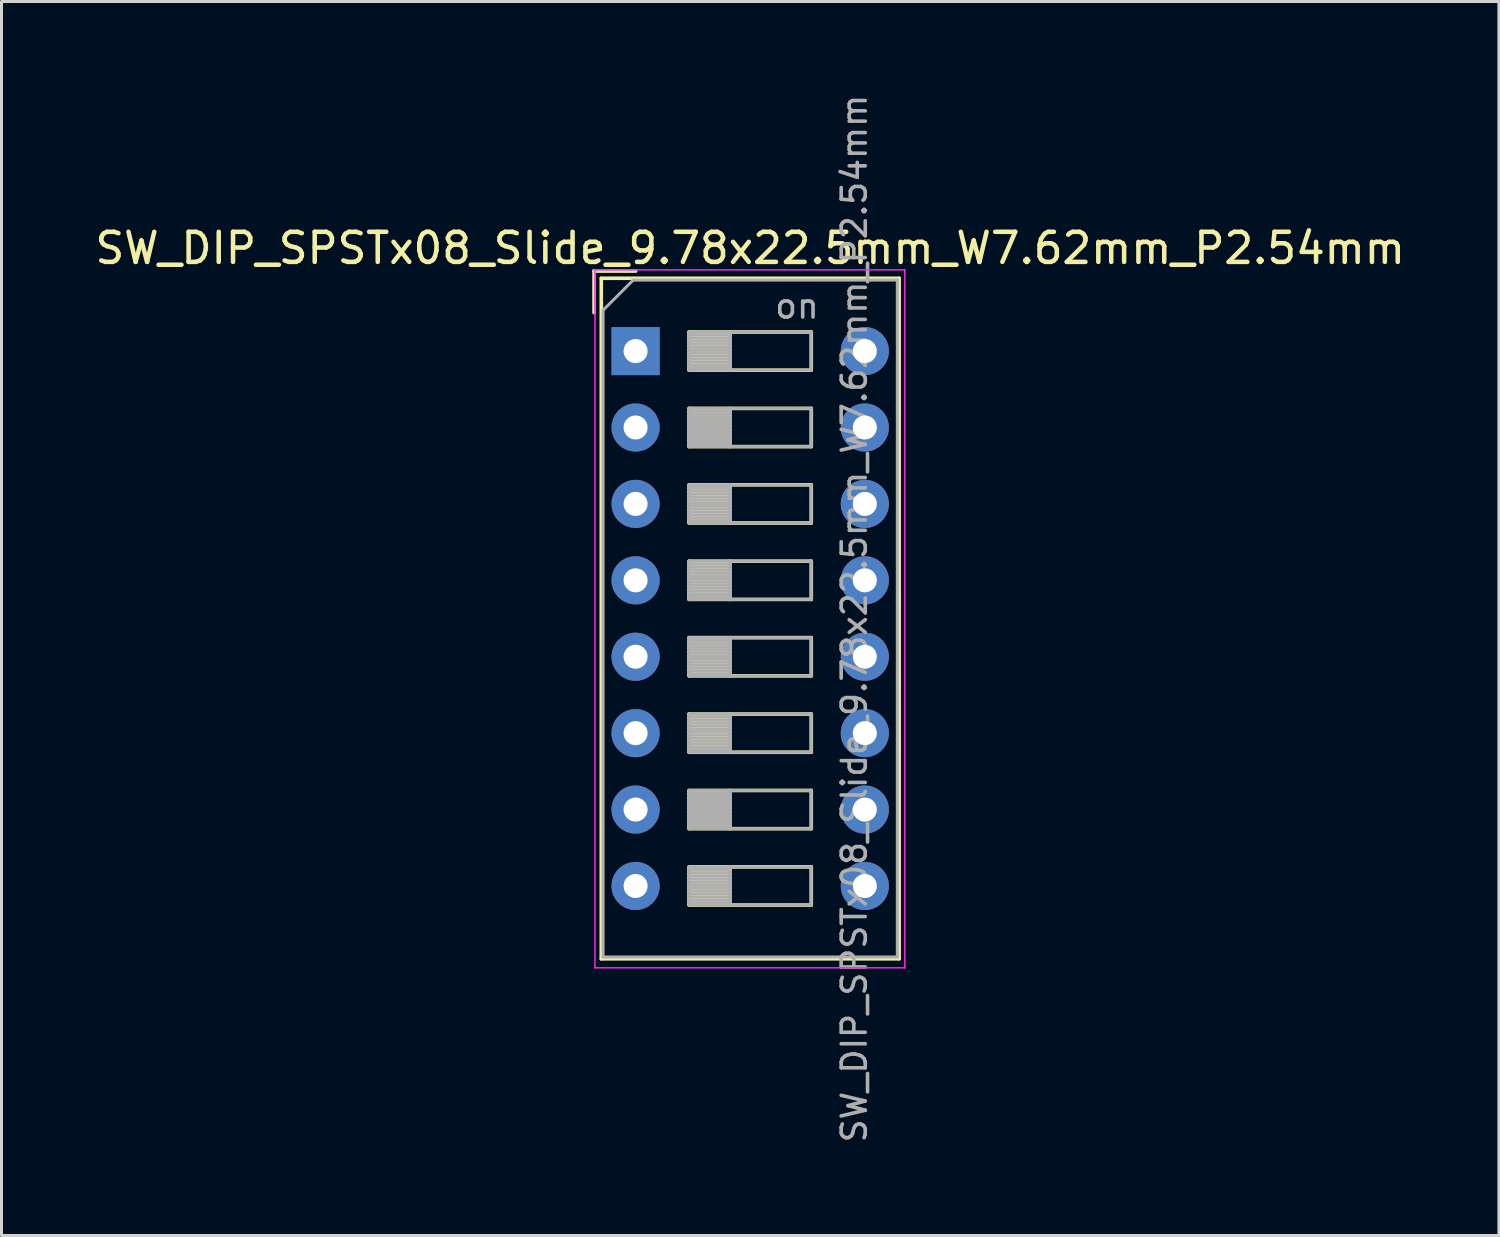
<source format=kicad_pcb>
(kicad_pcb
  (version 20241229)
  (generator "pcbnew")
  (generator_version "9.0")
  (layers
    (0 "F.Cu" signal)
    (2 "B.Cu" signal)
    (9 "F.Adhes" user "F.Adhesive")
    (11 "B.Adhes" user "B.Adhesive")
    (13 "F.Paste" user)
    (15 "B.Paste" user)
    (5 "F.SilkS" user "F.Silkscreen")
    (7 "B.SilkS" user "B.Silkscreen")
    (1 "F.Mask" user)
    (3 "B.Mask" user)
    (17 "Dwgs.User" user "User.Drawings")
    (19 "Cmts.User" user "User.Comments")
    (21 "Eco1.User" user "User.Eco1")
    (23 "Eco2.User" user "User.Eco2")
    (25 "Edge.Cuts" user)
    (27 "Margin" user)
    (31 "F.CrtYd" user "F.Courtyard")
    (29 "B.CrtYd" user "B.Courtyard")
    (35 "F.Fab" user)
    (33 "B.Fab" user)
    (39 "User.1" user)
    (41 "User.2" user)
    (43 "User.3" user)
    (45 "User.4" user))
  (footprint "SW_DIP_SPSTx08_Slide_9.78x22.5mm_W7.62mm_P2.54mm"
    (layer "F.Cu")
    (at 18.077 8.62)
    (property "Reference" "SW_DIP_SPSTx08_Slide_9.78x22.5mm_W7.62mm_P2.54mm" (at 3.81 -3.42 0) (layer "F.SilkS") (effects (font (size 1 1) (thickness 0.15))))
    (attr through_hole)
    (fp_line (start -1.38 -2.66) (end -1.38 -1.277) (stroke (width 0.12) (type solid)) (layer "F.SilkS"))
    (fp_line (start -1.38 -2.66) (end 0.004 -2.66) (stroke (width 0.12) (type solid)) (layer "F.SilkS"))
    (fp_line (start -1.14 -2.42) (end -1.14 20.201) (stroke (width 0.12) (type solid)) (layer "F.SilkS"))
    (fp_line (start -1.14 -2.42) (end 8.76 -2.42) (stroke (width 0.12) (type solid)) (layer "F.SilkS"))
    (fp_line (start -1.14 20.201) (end 8.76 20.201) (stroke (width 0.12) (type solid)) (layer "F.SilkS"))
    (fp_line (start 1.78 -0.635) (end 1.78 0.635) (stroke (width 0.12) (type solid)) (layer "F.SilkS"))
    (fp_line (start 1.78 -0.515) (end 3.133 -0.515) (stroke (width 0.12) (type solid)) (layer "F.SilkS"))
    (fp_line (start 1.78 -0.395) (end 3.133 -0.395) (stroke (width 0.12) (type solid)) (layer "F.SilkS"))
    (fp_line (start 1.78 -0.275) (end 3.133 -0.275) (stroke (width 0.12) (type solid)) (layer "F.SilkS"))
    (fp_line (start 1.78 -0.155) (end 3.133 -0.155) (stroke (width 0.12) (type solid)) (layer "F.SilkS"))
    (fp_line (start 1.78 -0.035) (end 3.133 -0.035) (stroke (width 0.12) (type solid)) (layer "F.SilkS"))
    (fp_line (start 1.78 0.085) (end 3.133 0.085) (stroke (width 0.12) (type solid)) (layer "F.SilkS"))
    (fp_line (start 1.78 0.205) (end 3.133 0.205) (stroke (width 0.12) (type solid)) (layer "F.SilkS"))
    (fp_line (start 1.78 0.325) (end 3.133 0.325) (stroke (width 0.12) (type solid)) (layer "F.SilkS"))
    (fp_line (start 1.78 0.445) (end 3.133 0.445) (stroke (width 0.12) (type solid)) (layer "F.SilkS"))
    (fp_line (start 1.78 0.565) (end 3.133 0.565) (stroke (width 0.12) (type solid)) (layer "F.SilkS"))
    (fp_line (start 1.78 0.635) (end 5.84 0.635) (stroke (width 0.12) (type solid)) (layer "F.SilkS"))
    (fp_line (start 1.78 1.905) (end 1.78 3.175) (stroke (width 0.12) (type solid)) (layer "F.SilkS"))
    (fp_line (start 1.78 2.025) (end 3.133 2.025) (stroke (width 0.12) (type solid)) (layer "F.SilkS"))
    (fp_line (start 1.78 2.145) (end 3.133 2.145) (stroke (width 0.12) (type solid)) (layer "F.SilkS"))
    (fp_line (start 1.78 2.265) (end 3.133 2.265) (stroke (width 0.12) (type solid)) (layer "F.SilkS"))
    (fp_line (start 1.78 2.385) (end 3.133 2.385) (stroke (width 0.12) (type solid)) (layer "F.SilkS"))
    (fp_line (start 1.78 2.505) (end 3.133 2.505) (stroke (width 0.12) (type solid)) (layer "F.SilkS"))
    (fp_line (start 1.78 2.625) (end 3.133 2.625) (stroke (width 0.12) (type solid)) (layer "F.SilkS"))
    (fp_line (start 1.78 2.745) (end 3.133 2.745) (stroke (width 0.12) (type solid)) (layer "F.SilkS"))
    (fp_line (start 1.78 2.865) (end 3.133 2.865) (stroke (width 0.12) (type solid)) (layer "F.SilkS"))
    (fp_line (start 1.78 2.985) (end 3.133 2.985) (stroke (width 0.12) (type solid)) (layer "F.SilkS"))
    (fp_line (start 1.78 3.105) (end 3.133 3.105) (stroke (width 0.12) (type solid)) (layer "F.SilkS"))
    (fp_line (start 1.78 3.175) (end 5.84 3.175) (stroke (width 0.12) (type solid)) (layer "F.SilkS"))
    (fp_line (start 1.78 4.445) (end 1.78 5.715) (stroke (width 0.12) (type solid)) (layer "F.SilkS"))
    (fp_line (start 1.78 4.565) (end 3.133 4.565) (stroke (width 0.12) (type solid)) (layer "F.SilkS"))
    (fp_line (start 1.78 4.685) (end 3.133 4.685) (stroke (width 0.12) (type solid)) (layer "F.SilkS"))
    (fp_line (start 1.78 4.805) (end 3.133 4.805) (stroke (width 0.12) (type solid)) (layer "F.SilkS"))
    (fp_line (start 1.78 4.925) (end 3.133 4.925) (stroke (width 0.12) (type solid)) (layer "F.SilkS"))
    (fp_line (start 1.78 5.045) (end 3.133 5.045) (stroke (width 0.12) (type solid)) (layer "F.SilkS"))
    (fp_line (start 1.78 5.165) (end 3.133 5.165) (stroke (width 0.12) (type solid)) (layer "F.SilkS"))
    (fp_line (start 1.78 5.285) (end 3.133 5.285) (stroke (width 0.12) (type solid)) (layer "F.SilkS"))
    (fp_line (start 1.78 5.405) (end 3.133 5.405) (stroke (width 0.12) (type solid)) (layer "F.SilkS"))
    (fp_line (start 1.78 5.525) (end 3.133 5.525) (stroke (width 0.12) (type solid)) (layer "F.SilkS"))
    (fp_line (start 1.78 5.645) (end 3.133 5.645) (stroke (width 0.12) (type solid)) (layer "F.SilkS"))
    (fp_line (start 1.78 5.715) (end 5.84 5.715) (stroke (width 0.12) (type solid)) (layer "F.SilkS"))
    (fp_line (start 1.78 6.985) (end 1.78 8.255) (stroke (width 0.12) (type solid)) (layer "F.SilkS"))
    (fp_line (start 1.78 7.105) (end 3.133 7.105) (stroke (width 0.12) (type solid)) (layer "F.SilkS"))
    (fp_line (start 1.78 7.225) (end 3.133 7.225) (stroke (width 0.12) (type solid)) (layer "F.SilkS"))
    (fp_line (start 1.78 7.345) (end 3.133 7.345) (stroke (width 0.12) (type solid)) (layer "F.SilkS"))
    (fp_line (start 1.78 7.465) (end 3.133 7.465) (stroke (width 0.12) (type solid)) (layer "F.SilkS"))
    (fp_line (start 1.78 7.585) (end 3.133 7.585) (stroke (width 0.12) (type solid)) (layer "F.SilkS"))
    (fp_line (start 1.78 7.705) (end 3.133 7.705) (stroke (width 0.12) (type solid)) (layer "F.SilkS"))
    (fp_line (start 1.78 7.825) (end 3.133 7.825) (stroke (width 0.12) (type solid)) (layer "F.SilkS"))
    (fp_line (start 1.78 7.945) (end 3.133 7.945) (stroke (width 0.12) (type solid)) (layer "F.SilkS"))
    (fp_line (start 1.78 8.065) (end 3.133 8.065) (stroke (width 0.12) (type solid)) (layer "F.SilkS"))
    (fp_line (start 1.78 8.185) (end 3.133 8.185) (stroke (width 0.12) (type solid)) (layer "F.SilkS"))
    (fp_line (start 1.78 8.255) (end 5.84 8.255) (stroke (width 0.12) (type solid)) (layer "F.SilkS"))
    (fp_line (start 1.78 9.525) (end 1.78 10.795) (stroke (width 0.12) (type solid)) (layer "F.SilkS"))
    (fp_line (start 1.78 9.645) (end 3.133 9.645) (stroke (width 0.12) (type solid)) (layer "F.SilkS"))
    (fp_line (start 1.78 9.765) (end 3.133 9.765) (stroke (width 0.12) (type solid)) (layer "F.SilkS"))
    (fp_line (start 1.78 9.885) (end 3.133 9.885) (stroke (width 0.12) (type solid)) (layer "F.SilkS"))
    (fp_line (start 1.78 10.005) (end 3.133 10.005) (stroke (width 0.12) (type solid)) (layer "F.SilkS"))
    (fp_line (start 1.78 10.125) (end 3.133 10.125) (stroke (width 0.12) (type solid)) (layer "F.SilkS"))
    (fp_line (start 1.78 10.245) (end 3.133 10.245) (stroke (width 0.12) (type solid)) (layer "F.SilkS"))
    (fp_line (start 1.78 10.365) (end 3.133 10.365) (stroke (width 0.12) (type solid)) (layer "F.SilkS"))
    (fp_line (start 1.78 10.485) (end 3.133 10.485) (stroke (width 0.12) (type solid)) (layer "F.SilkS"))
    (fp_line (start 1.78 10.605) (end 3.133 10.605) (stroke (width 0.12) (type solid)) (layer "F.SilkS"))
    (fp_line (start 1.78 10.725) (end 3.133 10.725) (stroke (width 0.12) (type solid)) (layer "F.SilkS"))
    (fp_line (start 1.78 10.795) (end 5.84 10.795) (stroke (width 0.12) (type solid)) (layer "F.SilkS"))
    (fp_line (start 1.78 12.065) (end 1.78 13.335) (stroke (width 0.12) (type solid)) (layer "F.SilkS"))
    (fp_line (start 1.78 12.185) (end 3.133 12.185) (stroke (width 0.12) (type solid)) (layer "F.SilkS"))
    (fp_line (start 1.78 12.305) (end 3.133 12.305) (stroke (width 0.12) (type solid)) (layer "F.SilkS"))
    (fp_line (start 1.78 12.425) (end 3.133 12.425) (stroke (width 0.12) (type solid)) (layer "F.SilkS"))
    (fp_line (start 1.78 12.545) (end 3.133 12.545) (stroke (width 0.12) (type solid)) (layer "F.SilkS"))
    (fp_line (start 1.78 12.665) (end 3.133 12.665) (stroke (width 0.12) (type solid)) (layer "F.SilkS"))
    (fp_line (start 1.78 12.785) (end 3.133 12.785) (stroke (width 0.12) (type solid)) (layer "F.SilkS"))
    (fp_line (start 1.78 12.905) (end 3.133 12.905) (stroke (width 0.12) (type solid)) (layer "F.SilkS"))
    (fp_line (start 1.78 13.025) (end 3.133 13.025) (stroke (width 0.12) (type solid)) (layer "F.SilkS"))
    (fp_line (start 1.78 13.145) (end 3.133 13.145) (stroke (width 0.12) (type solid)) (layer "F.SilkS"))
    (fp_line (start 1.78 13.265) (end 3.133 13.265) (stroke (width 0.12) (type solid)) (layer "F.SilkS"))
    (fp_line (start 1.78 13.335) (end 5.84 13.335) (stroke (width 0.12) (type solid)) (layer "F.SilkS"))
    (fp_line (start 1.78 14.605) (end 1.78 15.875) (stroke (width 0.12) (type solid)) (layer "F.SilkS"))
    (fp_line (start 1.78 14.725) (end 3.133 14.725) (stroke (width 0.12) (type solid)) (layer "F.SilkS"))
    (fp_line (start 1.78 14.845) (end 3.133 14.845) (stroke (width 0.12) (type solid)) (layer "F.SilkS"))
    (fp_line (start 1.78 14.965) (end 3.133 14.965) (stroke (width 0.12) (type solid)) (layer "F.SilkS"))
    (fp_line (start 1.78 15.085) (end 3.133 15.085) (stroke (width 0.12) (type solid)) (layer "F.SilkS"))
    (fp_line (start 1.78 15.205) (end 3.133 15.205) (stroke (width 0.12) (type solid)) (layer "F.SilkS"))
    (fp_line (start 1.78 15.325) (end 3.133 15.325) (stroke (width 0.12) (type solid)) (layer "F.SilkS"))
    (fp_line (start 1.78 15.445) (end 3.133 15.445) (stroke (width 0.12) (type solid)) (layer "F.SilkS"))
    (fp_line (start 1.78 15.565) (end 3.133 15.565) (stroke (width 0.12) (type solid)) (layer "F.SilkS"))
    (fp_line (start 1.78 15.685) (end 3.133 15.685) (stroke (width 0.12) (type solid)) (layer "F.SilkS"))
    (fp_line (start 1.78 15.805) (end 3.133 15.805) (stroke (width 0.12) (type solid)) (layer "F.SilkS"))
    (fp_line (start 1.78 15.875) (end 5.84 15.875) (stroke (width 0.12) (type solid)) (layer "F.SilkS"))
    (fp_line (start 1.78 17.145) (end 1.78 18.415) (stroke (width 0.12) (type solid)) (layer "F.SilkS"))
    (fp_line (start 1.78 17.265) (end 3.133 17.265) (stroke (width 0.12) (type solid)) (layer "F.SilkS"))
    (fp_line (start 1.78 17.385) (end 3.133 17.385) (stroke (width 0.12) (type solid)) (layer "F.SilkS"))
    (fp_line (start 1.78 17.505) (end 3.133 17.505) (stroke (width 0.12) (type solid)) (layer "F.SilkS"))
    (fp_line (start 1.78 17.625) (end 3.133 17.625) (stroke (width 0.12) (type solid)) (layer "F.SilkS"))
    (fp_line (start 1.78 17.745) (end 3.133 17.745) (stroke (width 0.12) (type solid)) (layer "F.SilkS"))
    (fp_line (start 1.78 17.865) (end 3.133 17.865) (stroke (width 0.12) (type solid)) (layer "F.SilkS"))
    (fp_line (start 1.78 17.985) (end 3.133 17.985) (stroke (width 0.12) (type solid)) (layer "F.SilkS"))
    (fp_line (start 1.78 18.105) (end 3.133 18.105) (stroke (width 0.12) (type solid)) (layer "F.SilkS"))
    (fp_line (start 1.78 18.225) (end 3.133 18.225) (stroke (width 0.12) (type solid)) (layer "F.SilkS"))
    (fp_line (start 1.78 18.345) (end 3.133 18.345) (stroke (width 0.12) (type solid)) (layer "F.SilkS"))
    (fp_line (start 1.78 18.415) (end 5.84 18.415) (stroke (width 0.12) (type solid)) (layer "F.SilkS"))
    (fp_line (start 3.133 -0.635) (end 3.133 0.635) (stroke (width 0.12) (type solid)) (layer "F.SilkS"))
    (fp_line (start 3.133 1.905) (end 3.133 3.175) (stroke (width 0.12) (type solid)) (layer "F.SilkS"))
    (fp_line (start 3.133 4.445) (end 3.133 5.715) (stroke (width 0.12) (type solid)) (layer "F.SilkS"))
    (fp_line (start 3.133 6.985) (end 3.133 8.255) (stroke (width 0.12) (type solid)) (layer "F.SilkS"))
    (fp_line (start 3.133 9.525) (end 3.133 10.795) (stroke (width 0.12) (type solid)) (layer "F.SilkS"))
    (fp_line (start 3.133 12.065) (end 3.133 13.335) (stroke (width 0.12) (type solid)) (layer "F.SilkS"))
    (fp_line (start 3.133 14.605) (end 3.133 15.875) (stroke (width 0.12) (type solid)) (layer "F.SilkS"))
    (fp_line (start 3.133 17.145) (end 3.133 18.415) (stroke (width 0.12) (type solid)) (layer "F.SilkS"))
    (fp_line (start 5.84 -0.635) (end 1.78 -0.635) (stroke (width 0.12) (type solid)) (layer "F.SilkS"))
    (fp_line (start 5.84 0.635) (end 5.84 -0.635) (stroke (width 0.12) (type solid)) (layer "F.SilkS"))
    (fp_line (start 5.84 1.905) (end 1.78 1.905) (stroke (width 0.12) (type solid)) (layer "F.SilkS"))
    (fp_line (start 5.84 3.175) (end 5.84 1.905) (stroke (width 0.12) (type solid)) (layer "F.SilkS"))
    (fp_line (start 5.84 4.445) (end 1.78 4.445) (stroke (width 0.12) (type solid)) (layer "F.SilkS"))
    (fp_line (start 5.84 5.715) (end 5.84 4.445) (stroke (width 0.12) (type solid)) (layer "F.SilkS"))
    (fp_line (start 5.84 6.985) (end 1.78 6.985) (stroke (width 0.12) (type solid)) (layer "F.SilkS"))
    (fp_line (start 5.84 8.255) (end 5.84 6.985) (stroke (width 0.12) (type solid)) (layer "F.SilkS"))
    (fp_line (start 5.84 9.525) (end 1.78 9.525) (stroke (width 0.12) (type solid)) (layer "F.SilkS"))
    (fp_line (start 5.84 10.795) (end 5.84 9.525) (stroke (width 0.12) (type solid)) (layer "F.SilkS"))
    (fp_line (start 5.84 12.065) (end 1.78 12.065) (stroke (width 0.12) (type solid)) (layer "F.SilkS"))
    (fp_line (start 5.84 13.335) (end 5.84 12.065) (stroke (width 0.12) (type solid)) (layer "F.SilkS"))
    (fp_line (start 5.84 14.605) (end 1.78 14.605) (stroke (width 0.12) (type solid)) (layer "F.SilkS"))
    (fp_line (start 5.84 15.875) (end 5.84 14.605) (stroke (width 0.12) (type solid)) (layer "F.SilkS"))
    (fp_line (start 5.84 17.145) (end 1.78 17.145) (stroke (width 0.12) (type solid)) (layer "F.SilkS"))
    (fp_line (start 5.84 18.415) (end 5.84 17.145) (stroke (width 0.12) (type solid)) (layer "F.SilkS"))
    (fp_line (start 8.76 -2.42) (end 8.76 20.201) (stroke (width 0.12) (type solid)) (layer "F.SilkS"))
    (fp_line (start -1.35 -2.7) (end -1.35 20.5) (stroke (width 0.05) (type solid)) (layer "F.CrtYd"))
    (fp_line (start -1.35 20.5) (end 8.95 20.5) (stroke (width 0.05) (type solid)) (layer "F.CrtYd"))
    (fp_line (start 8.95 -2.7) (end -1.35 -2.7) (stroke (width 0.05) (type solid)) (layer "F.CrtYd"))
    (fp_line (start 8.95 20.5) (end 8.95 -2.7) (stroke (width 0.05) (type solid)) (layer "F.CrtYd"))
    (fp_line (start -1.08 -1.36) (end -0.08 -2.36) (stroke (width 0.1) (type solid)) (layer "F.Fab"))
    (fp_line (start -1.08 20.14) (end -1.08 -1.36) (stroke (width 0.1) (type solid)) (layer "F.Fab"))
    (fp_line (start -0.08 -2.36) (end 8.7 -2.36) (stroke (width 0.1) (type solid)) (layer "F.Fab"))
    (fp_line (start 1.78 -0.635) (end 1.78 0.635) (stroke (width 0.1) (type solid)) (layer "F.Fab"))
    (fp_line (start 1.78 -0.535) (end 3.133 -0.535) (stroke (width 0.1) (type solid)) (layer "F.Fab"))
    (fp_line (start 1.78 -0.435) (end 3.133 -0.435) (stroke (width 0.1) (type solid)) (layer "F.Fab"))
    (fp_line (start 1.78 -0.335) (end 3.133 -0.335) (stroke (width 0.1) (type solid)) (layer "F.Fab"))
    (fp_line (start 1.78 -0.235) (end 3.133 -0.235) (stroke (width 0.1) (type solid)) (layer "F.Fab"))
    (fp_line (start 1.78 -0.135) (end 3.133 -0.135) (stroke (width 0.1) (type solid)) (layer "F.Fab"))
    (fp_line (start 1.78 -0.035) (end 3.133 -0.035) (stroke (width 0.1) (type solid)) (layer "F.Fab"))
    (fp_line (start 1.78 0.065) (end 3.133 0.065) (stroke (width 0.1) (type solid)) (layer "F.Fab"))
    (fp_line (start 1.78 0.165) (end 3.133 0.165) (stroke (width 0.1) (type solid)) (layer "F.Fab"))
    (fp_line (start 1.78 0.265) (end 3.133 0.265) (stroke (width 0.1) (type solid)) (layer "F.Fab"))
    (fp_line (start 1.78 0.365) (end 3.133 0.365) (stroke (width 0.1) (type solid)) (layer "F.Fab"))
    (fp_line (start 1.78 0.465) (end 3.133 0.465) (stroke (width 0.1) (type solid)) (layer "F.Fab"))
    (fp_line (start 1.78 0.565) (end 3.133 0.565) (stroke (width 0.1) (type solid)) (layer "F.Fab"))
    (fp_line (start 1.78 0.635) (end 5.84 0.635) (stroke (width 0.1) (type solid)) (layer "F.Fab"))
    (fp_line (start 1.78 1.905) (end 1.78 3.175) (stroke (width 0.1) (type solid)) (layer "F.Fab"))
    (fp_line (start 1.78 2.005) (end 3.133 2.005) (stroke (width 0.1) (type solid)) (layer "F.Fab"))
    (fp_line (start 1.78 2.105) (end 3.133 2.105) (stroke (width 0.1) (type solid)) (layer "F.Fab"))
    (fp_line (start 1.78 2.205) (end 3.133 2.205) (stroke (width 0.1) (type solid)) (layer "F.Fab"))
    (fp_line (start 1.78 2.305) (end 3.133 2.305) (stroke (width 0.1) (type solid)) (layer "F.Fab"))
    (fp_line (start 1.78 2.405) (end 3.133 2.405) (stroke (width 0.1) (type solid)) (layer "F.Fab"))
    (fp_line (start 1.78 2.505) (end 3.133 2.505) (stroke (width 0.1) (type solid)) (layer "F.Fab"))
    (fp_line (start 1.78 2.605) (end 3.133 2.605) (stroke (width 0.1) (type solid)) (layer "F.Fab"))
    (fp_line (start 1.78 2.705) (end 3.133 2.705) (stroke (width 0.1) (type solid)) (layer "F.Fab"))
    (fp_line (start 1.78 2.805) (end 3.133 2.805) (stroke (width 0.1) (type solid)) (layer "F.Fab"))
    (fp_line (start 1.78 2.905) (end 3.133 2.905) (stroke (width 0.1) (type solid)) (layer "F.Fab"))
    (fp_line (start 1.78 3.005) (end 3.133 3.005) (stroke (width 0.1) (type solid)) (layer "F.Fab"))
    (fp_line (start 1.78 3.105) (end 3.133 3.105) (stroke (width 0.1) (type solid)) (layer "F.Fab"))
    (fp_line (start 1.78 3.175) (end 5.84 3.175) (stroke (width 0.1) (type solid)) (layer "F.Fab"))
    (fp_line (start 1.78 4.445) (end 1.78 5.715) (stroke (width 0.1) (type solid)) (layer "F.Fab"))
    (fp_line (start 1.78 4.545) (end 3.133 4.545) (stroke (width 0.1) (type solid)) (layer "F.Fab"))
    (fp_line (start 1.78 4.645) (end 3.133 4.645) (stroke (width 0.1) (type solid)) (layer "F.Fab"))
    (fp_line (start 1.78 4.745) (end 3.133 4.745) (stroke (width 0.1) (type solid)) (layer "F.Fab"))
    (fp_line (start 1.78 4.845) (end 3.133 4.845) (stroke (width 0.1) (type solid)) (layer "F.Fab"))
    (fp_line (start 1.78 4.945) (end 3.133 4.945) (stroke (width 0.1) (type solid)) (layer "F.Fab"))
    (fp_line (start 1.78 5.045) (end 3.133 5.045) (stroke (width 0.1) (type solid)) (layer "F.Fab"))
    (fp_line (start 1.78 5.145) (end 3.133 5.145) (stroke (width 0.1) (type solid)) (layer "F.Fab"))
    (fp_line (start 1.78 5.245) (end 3.133 5.245) (stroke (width 0.1) (type solid)) (layer "F.Fab"))
    (fp_line (start 1.78 5.345) (end 3.133 5.345) (stroke (width 0.1) (type solid)) (layer "F.Fab"))
    (fp_line (start 1.78 5.445) (end 3.133 5.445) (stroke (width 0.1) (type solid)) (layer "F.Fab"))
    (fp_line (start 1.78 5.545) (end 3.133 5.545) (stroke (width 0.1) (type solid)) (layer "F.Fab"))
    (fp_line (start 1.78 5.645) (end 3.133 5.645) (stroke (width 0.1) (type solid)) (layer "F.Fab"))
    (fp_line (start 1.78 5.715) (end 5.84 5.715) (stroke (width 0.1) (type solid)) (layer "F.Fab"))
    (fp_line (start 1.78 6.985) (end 1.78 8.255) (stroke (width 0.1) (type solid)) (layer "F.Fab"))
    (fp_line (start 1.78 7.085) (end 3.133 7.085) (stroke (width 0.1) (type solid)) (layer "F.Fab"))
    (fp_line (start 1.78 7.185) (end 3.133 7.185) (stroke (width 0.1) (type solid)) (layer "F.Fab"))
    (fp_line (start 1.78 7.285) (end 3.133 7.285) (stroke (width 0.1) (type solid)) (layer "F.Fab"))
    (fp_line (start 1.78 7.385) (end 3.133 7.385) (stroke (width 0.1) (type solid)) (layer "F.Fab"))
    (fp_line (start 1.78 7.485) (end 3.133 7.485) (stroke (width 0.1) (type solid)) (layer "F.Fab"))
    (fp_line (start 1.78 7.585) (end 3.133 7.585) (stroke (width 0.1) (type solid)) (layer "F.Fab"))
    (fp_line (start 1.78 7.685) (end 3.133 7.685) (stroke (width 0.1) (type solid)) (layer "F.Fab"))
    (fp_line (start 1.78 7.785) (end 3.133 7.785) (stroke (width 0.1) (type solid)) (layer "F.Fab"))
    (fp_line (start 1.78 7.885) (end 3.133 7.885) (stroke (width 0.1) (type solid)) (layer "F.Fab"))
    (fp_line (start 1.78 7.985) (end 3.133 7.985) (stroke (width 0.1) (type solid)) (layer "F.Fab"))
    (fp_line (start 1.78 8.085) (end 3.133 8.085) (stroke (width 0.1) (type solid)) (layer "F.Fab"))
    (fp_line (start 1.78 8.185) (end 3.133 8.185) (stroke (width 0.1) (type solid)) (layer "F.Fab"))
    (fp_line (start 1.78 8.255) (end 5.84 8.255) (stroke (width 0.1) (type solid)) (layer "F.Fab"))
    (fp_line (start 1.78 9.525) (end 1.78 10.795) (stroke (width 0.1) (type solid)) (layer "F.Fab"))
    (fp_line (start 1.78 9.625) (end 3.133 9.625) (stroke (width 0.1) (type solid)) (layer "F.Fab"))
    (fp_line (start 1.78 9.725) (end 3.133 9.725) (stroke (width 0.1) (type solid)) (layer "F.Fab"))
    (fp_line (start 1.78 9.825) (end 3.133 9.825) (stroke (width 0.1) (type solid)) (layer "F.Fab"))
    (fp_line (start 1.78 9.925) (end 3.133 9.925) (stroke (width 0.1) (type solid)) (layer "F.Fab"))
    (fp_line (start 1.78 10.025) (end 3.133 10.025) (stroke (width 0.1) (type solid)) (layer "F.Fab"))
    (fp_line (start 1.78 10.125) (end 3.133 10.125) (stroke (width 0.1) (type solid)) (layer "F.Fab"))
    (fp_line (start 1.78 10.225) (end 3.133 10.225) (stroke (width 0.1) (type solid)) (layer "F.Fab"))
    (fp_line (start 1.78 10.325) (end 3.133 10.325) (stroke (width 0.1) (type solid)) (layer "F.Fab"))
    (fp_line (start 1.78 10.425) (end 3.133 10.425) (stroke (width 0.1) (type solid)) (layer "F.Fab"))
    (fp_line (start 1.78 10.525) (end 3.133 10.525) (stroke (width 0.1) (type solid)) (layer "F.Fab"))
    (fp_line (start 1.78 10.625) (end 3.133 10.625) (stroke (width 0.1) (type solid)) (layer "F.Fab"))
    (fp_line (start 1.78 10.725) (end 3.133 10.725) (stroke (width 0.1) (type solid)) (layer "F.Fab"))
    (fp_line (start 1.78 10.795) (end 5.84 10.795) (stroke (width 0.1) (type solid)) (layer "F.Fab"))
    (fp_line (start 1.78 12.065) (end 1.78 13.335) (stroke (width 0.1) (type solid)) (layer "F.Fab"))
    (fp_line (start 1.78 12.165) (end 3.133 12.165) (stroke (width 0.1) (type solid)) (layer "F.Fab"))
    (fp_line (start 1.78 12.265) (end 3.133 12.265) (stroke (width 0.1) (type solid)) (layer "F.Fab"))
    (fp_line (start 1.78 12.365) (end 3.133 12.365) (stroke (width 0.1) (type solid)) (layer "F.Fab"))
    (fp_line (start 1.78 12.465) (end 3.133 12.465) (stroke (width 0.1) (type solid)) (layer "F.Fab"))
    (fp_line (start 1.78 12.565) (end 3.133 12.565) (stroke (width 0.1) (type solid)) (layer "F.Fab"))
    (fp_line (start 1.78 12.665) (end 3.133 12.665) (stroke (width 0.1) (type solid)) (layer "F.Fab"))
    (fp_line (start 1.78 12.765) (end 3.133 12.765) (stroke (width 0.1) (type solid)) (layer "F.Fab"))
    (fp_line (start 1.78 12.865) (end 3.133 12.865) (stroke (width 0.1) (type solid)) (layer "F.Fab"))
    (fp_line (start 1.78 12.965) (end 3.133 12.965) (stroke (width 0.1) (type solid)) (layer "F.Fab"))
    (fp_line (start 1.78 13.065) (end 3.133 13.065) (stroke (width 0.1) (type solid)) (layer "F.Fab"))
    (fp_line (start 1.78 13.165) (end 3.133 13.165) (stroke (width 0.1) (type solid)) (layer "F.Fab"))
    (fp_line (start 1.78 13.265) (end 3.133 13.265) (stroke (width 0.1) (type solid)) (layer "F.Fab"))
    (fp_line (start 1.78 13.335) (end 5.84 13.335) (stroke (width 0.1) (type solid)) (layer "F.Fab"))
    (fp_line (start 1.78 14.605) (end 1.78 15.875) (stroke (width 0.1) (type solid)) (layer "F.Fab"))
    (fp_line (start 1.78 14.705) (end 3.133 14.705) (stroke (width 0.1) (type solid)) (layer "F.Fab"))
    (fp_line (start 1.78 14.805) (end 3.133 14.805) (stroke (width 0.1) (type solid)) (layer "F.Fab"))
    (fp_line (start 1.78 14.905) (end 3.133 14.905) (stroke (width 0.1) (type solid)) (layer "F.Fab"))
    (fp_line (start 1.78 15.005) (end 3.133 15.005) (stroke (width 0.1) (type solid)) (layer "F.Fab"))
    (fp_line (start 1.78 15.105) (end 3.133 15.105) (stroke (width 0.1) (type solid)) (layer "F.Fab"))
    (fp_line (start 1.78 15.205) (end 3.133 15.205) (stroke (width 0.1) (type solid)) (layer "F.Fab"))
    (fp_line (start 1.78 15.305) (end 3.133 15.305) (stroke (width 0.1) (type solid)) (layer "F.Fab"))
    (fp_line (start 1.78 15.405) (end 3.133 15.405) (stroke (width 0.1) (type solid)) (layer "F.Fab"))
    (fp_line (start 1.78 15.505) (end 3.133 15.505) (stroke (width 0.1) (type solid)) (layer "F.Fab"))
    (fp_line (start 1.78 15.605) (end 3.133 15.605) (stroke (width 0.1) (type solid)) (layer "F.Fab"))
    (fp_line (start 1.78 15.705) (end 3.133 15.705) (stroke (width 0.1) (type solid)) (layer "F.Fab"))
    (fp_line (start 1.78 15.805) (end 3.133 15.805) (stroke (width 0.1) (type solid)) (layer "F.Fab"))
    (fp_line (start 1.78 15.875) (end 5.84 15.875) (stroke (width 0.1) (type solid)) (layer "F.Fab"))
    (fp_line (start 1.78 17.145) (end 1.78 18.415) (stroke (width 0.1) (type solid)) (layer "F.Fab"))
    (fp_line (start 1.78 17.245) (end 3.133 17.245) (stroke (width 0.1) (type solid)) (layer "F.Fab"))
    (fp_line (start 1.78 17.345) (end 3.133 17.345) (stroke (width 0.1) (type solid)) (layer "F.Fab"))
    (fp_line (start 1.78 17.445) (end 3.133 17.445) (stroke (width 0.1) (type solid)) (layer "F.Fab"))
    (fp_line (start 1.78 17.545) (end 3.133 17.545) (stroke (width 0.1) (type solid)) (layer "F.Fab"))
    (fp_line (start 1.78 17.645) (end 3.133 17.645) (stroke (width 0.1) (type solid)) (layer "F.Fab"))
    (fp_line (start 1.78 17.745) (end 3.133 17.745) (stroke (width 0.1) (type solid)) (layer "F.Fab"))
    (fp_line (start 1.78 17.845) (end 3.133 17.845) (stroke (width 0.1) (type solid)) (layer "F.Fab"))
    (fp_line (start 1.78 17.945) (end 3.133 17.945) (stroke (width 0.1) (type solid)) (layer "F.Fab"))
    (fp_line (start 1.78 18.045) (end 3.133 18.045) (stroke (width 0.1) (type solid)) (layer "F.Fab"))
    (fp_line (start 1.78 18.145) (end 3.133 18.145) (stroke (width 0.1) (type solid)) (layer "F.Fab"))
    (fp_line (start 1.78 18.245) (end 3.133 18.245) (stroke (width 0.1) (type solid)) (layer "F.Fab"))
    (fp_line (start 1.78 18.345) (end 3.133 18.345) (stroke (width 0.1) (type solid)) (layer "F.Fab"))
    (fp_line (start 1.78 18.415) (end 5.84 18.415) (stroke (width 0.1) (type solid)) (layer "F.Fab"))
    (fp_line (start 3.133 -0.635) (end 3.133 0.635) (stroke (width 0.1) (type solid)) (layer "F.Fab"))
    (fp_line (start 3.133 1.905) (end 3.133 3.175) (stroke (width 0.1) (type solid)) (layer "F.Fab"))
    (fp_line (start 3.133 4.445) (end 3.133 5.715) (stroke (width 0.1) (type solid)) (layer "F.Fab"))
    (fp_line (start 3.133 6.985) (end 3.133 8.255) (stroke (width 0.1) (type solid)) (layer "F.Fab"))
    (fp_line (start 3.133 9.525) (end 3.133 10.795) (stroke (width 0.1) (type solid)) (layer "F.Fab"))
    (fp_line (start 3.133 12.065) (end 3.133 13.335) (stroke (width 0.1) (type solid)) (layer "F.Fab"))
    (fp_line (start 3.133 14.605) (end 3.133 15.875) (stroke (width 0.1) (type solid)) (layer "F.Fab"))
    (fp_line (start 3.133 17.145) (end 3.133 18.415) (stroke (width 0.1) (type solid)) (layer "F.Fab"))
    (fp_line (start 5.84 -0.635) (end 1.78 -0.635) (stroke (width 0.1) (type solid)) (layer "F.Fab"))
    (fp_line (start 5.84 0.635) (end 5.84 -0.635) (stroke (width 0.1) (type solid)) (layer "F.Fab"))
    (fp_line (start 5.84 1.905) (end 1.78 1.905) (stroke (width 0.1) (type solid)) (layer "F.Fab"))
    (fp_line (start 5.84 3.175) (end 5.84 1.905) (stroke (width 0.1) (type solid)) (layer "F.Fab"))
    (fp_line (start 5.84 4.445) (end 1.78 4.445) (stroke (width 0.1) (type solid)) (layer "F.Fab"))
    (fp_line (start 5.84 5.715) (end 5.84 4.445) (stroke (width 0.1) (type solid)) (layer "F.Fab"))
    (fp_line (start 5.84 6.985) (end 1.78 6.985) (stroke (width 0.1) (type solid)) (layer "F.Fab"))
    (fp_line (start 5.84 8.255) (end 5.84 6.985) (stroke (width 0.1) (type solid)) (layer "F.Fab"))
    (fp_line (start 5.84 9.525) (end 1.78 9.525) (stroke (width 0.1) (type solid)) (layer "F.Fab"))
    (fp_line (start 5.84 10.795) (end 5.84 9.525) (stroke (width 0.1) (type solid)) (layer "F.Fab"))
    (fp_line (start 5.84 12.065) (end 1.78 12.065) (stroke (width 0.1) (type solid)) (layer "F.Fab"))
    (fp_line (start 5.84 13.335) (end 5.84 12.065) (stroke (width 0.1) (type solid)) (layer "F.Fab"))
    (fp_line (start 5.84 14.605) (end 1.78 14.605) (stroke (width 0.1) (type solid)) (layer "F.Fab"))
    (fp_line (start 5.84 15.875) (end 5.84 14.605) (stroke (width 0.1) (type solid)) (layer "F.Fab"))
    (fp_line (start 5.84 17.145) (end 1.78 17.145) (stroke (width 0.1) (type solid)) (layer "F.Fab"))
    (fp_line (start 5.84 18.415) (end 5.84 17.145) (stroke (width 0.1) (type solid)) (layer "F.Fab"))
    (fp_line (start 8.7 -2.36) (end 8.7 20.14) (stroke (width 0.1) (type solid)) (layer "F.Fab"))
    (fp_line (start 8.7 20.14) (end -1.08 20.14) (stroke (width 0.1) (type solid)) (layer "F.Fab"))
    (fp_text user "on" (at 5.365 -1.498 0) (layer "F.Fab") (effects (font (size 0.8 0.8) (thickness 0.12))))
    (fp_text user "${REFERENCE}" (at 7.27 8.89 90) (layer "F.Fab") (effects (font (size 0.8 0.8) (thickness 0.12))))
    (pad "1" thru_hole rect (at 0 0) (size 1.6 1.6) (drill 0.8) (layers "*.Cu" "*.Mask"))
    (pad "2" thru_hole oval (at 0 2.54) (size 1.6 1.6) (drill 0.8) (layers "*.Cu" "*.Mask"))
    (pad "3" thru_hole oval (at 0 5.08) (size 1.6 1.6) (drill 0.8) (layers "*.Cu" "*.Mask"))
    (pad "4" thru_hole oval (at 0 7.62) (size 1.6 1.6) (drill 0.8) (layers "*.Cu" "*.Mask"))
    (pad "5" thru_hole oval (at 0 10.16) (size 1.6 1.6) (drill 0.8) (layers "*.Cu" "*.Mask"))
    (pad "6" thru_hole oval (at 0 12.7) (size 1.6 1.6) (drill 0.8) (layers "*.Cu" "*.Mask"))
    (pad "7" thru_hole oval (at 0 15.24) (size 1.6 1.6) (drill 0.8) (layers "*.Cu" "*.Mask"))
    (pad "8" thru_hole oval (at 0 17.78) (size 1.6 1.6) (drill 0.8) (layers "*.Cu" "*.Mask"))
    (pad "9" thru_hole oval (at 7.62 17.78) (size 1.6 1.6) (drill 0.8) (layers "*.Cu" "*.Mask"))
    (pad "10" thru_hole oval (at 7.62 15.24) (size 1.6 1.6) (drill 0.8) (layers "*.Cu" "*.Mask"))
    (pad "11" thru_hole oval (at 7.62 12.7) (size 1.6 1.6) (drill 0.8) (layers "*.Cu" "*.Mask"))
    (pad "12" thru_hole oval (at 7.62 10.16) (size 1.6 1.6) (drill 0.8) (layers "*.Cu" "*.Mask"))
    (pad "13" thru_hole oval (at 7.62 7.62) (size 1.6 1.6) (drill 0.8) (layers "*.Cu" "*.Mask"))
    (pad "14" thru_hole oval (at 7.62 5.08) (size 1.6 1.6) (drill 0.8) (layers "*.Cu" "*.Mask"))
    (pad "15" thru_hole oval (at 7.62 2.54) (size 1.6 1.6) (drill 0.8) (layers "*.Cu" "*.Mask"))
    (pad "16" thru_hole oval (at 7.62 0) (size 1.6 1.6) (drill 0.8) (layers "*.Cu" "*.Mask")))
  (gr_rect
    (start -3 -3)
    (end 46.774 38.019)
    (stroke (width 0.1) (type default))
    (fill no)
    (layer "Edge.Cuts")))
</source>
